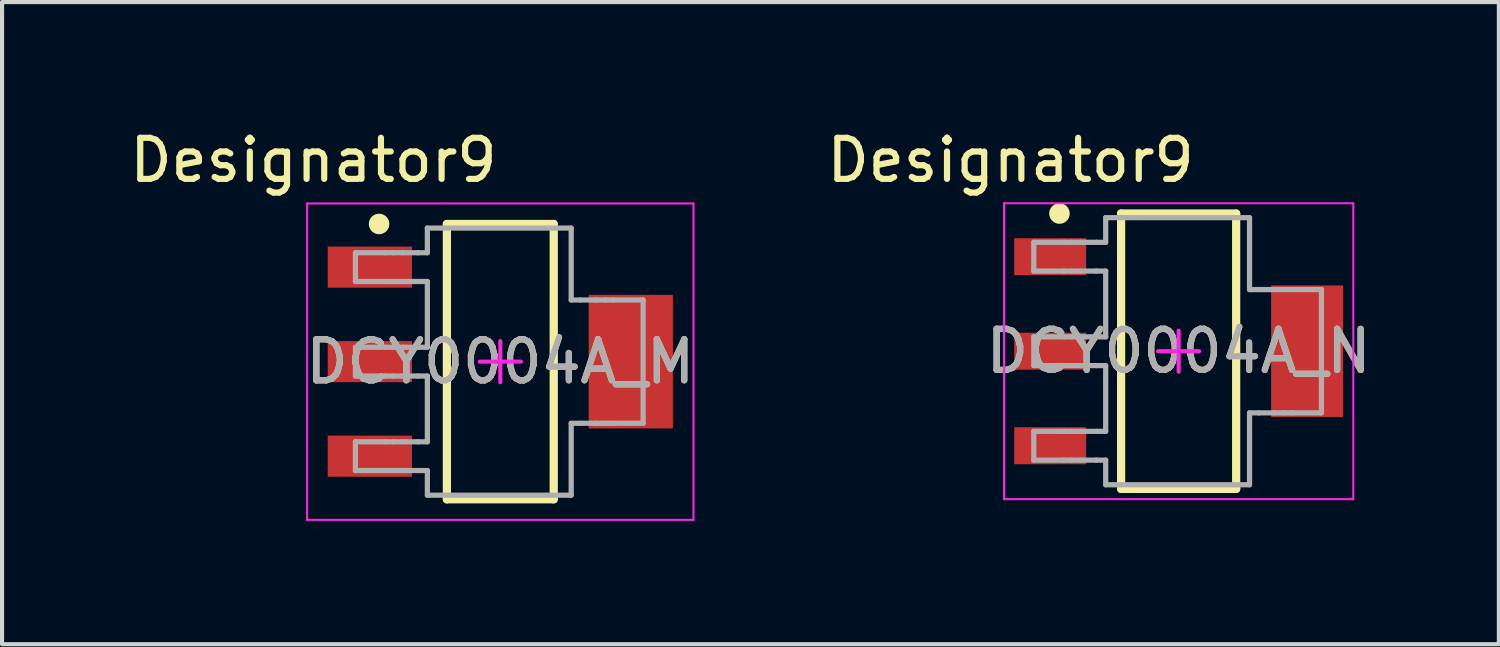
<source format=kicad_pcb>
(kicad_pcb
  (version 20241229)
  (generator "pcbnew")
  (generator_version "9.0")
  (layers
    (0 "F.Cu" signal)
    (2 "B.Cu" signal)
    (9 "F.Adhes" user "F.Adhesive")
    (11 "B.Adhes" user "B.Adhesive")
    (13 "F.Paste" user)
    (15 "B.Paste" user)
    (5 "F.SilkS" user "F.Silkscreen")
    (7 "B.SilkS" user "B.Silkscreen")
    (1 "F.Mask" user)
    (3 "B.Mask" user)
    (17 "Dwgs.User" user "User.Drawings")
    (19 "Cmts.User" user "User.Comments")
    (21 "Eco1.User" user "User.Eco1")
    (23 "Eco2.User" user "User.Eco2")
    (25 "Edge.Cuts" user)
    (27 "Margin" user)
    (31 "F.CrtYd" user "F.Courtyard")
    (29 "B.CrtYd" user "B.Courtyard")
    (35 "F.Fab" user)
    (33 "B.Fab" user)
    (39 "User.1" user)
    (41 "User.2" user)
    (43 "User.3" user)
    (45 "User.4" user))
  (footprint "DCY0004A_N"
    (layer "F.Cu")
    (at 25.63 5.496)
    (property "Reference" "DCY0004A_N" (at 0 0 0) (unlocked yes) (layer "F.SilkS") (effects (font (size 1 1) (thickness 0.15))))
    (attr smd)
    (fp_line (start -1.4 -3.35) (end 1.4 -3.35) (stroke (width 0.2) (type solid)) (layer "F.SilkS"))
    (fp_line (start -1.4 3.35) (end -1.4 -3.35) (stroke (width 0.2) (type solid)) (layer "F.SilkS"))
    (fp_line (start -1.4 3.35) (end 1.4 3.35) (stroke (width 0.2) (type solid)) (layer "F.SilkS"))
    (fp_line (start 1.4 3.35) (end 1.4 -3.35) (stroke (width 0.2) (type solid)) (layer "F.SilkS"))
    (fp_circle (center -2.9 -3.35) (end -2.775 -3.35) (stroke (width 0.25) (type solid)) (fill no) (layer "F.SilkS"))
    (fp_line (start -4.25 -3.6) (end 4.25 -3.6) (stroke (width 0.05) (type solid)) (layer "F.CrtYd"))
    (fp_line (start -4.25 3.6) (end -4.25 -3.6) (stroke (width 0.05) (type solid)) (layer "F.CrtYd"))
    (fp_line (start -4.25 3.6) (end 4.25 3.6) (stroke (width 0.05) (type solid)) (layer "F.CrtYd"))
    (fp_line (start -0.5 0) (end 0.5 0) (stroke (width 0.1) (type solid)) (layer "F.CrtYd"))
    (fp_line (start 0 0.5) (end 0 -0.5) (stroke (width 0.1) (type solid)) (layer "F.CrtYd"))
    (fp_line (start 4.25 3.6) (end 4.25 -3.6) (stroke (width 0.05) (type solid)) (layer "F.CrtYd"))
    (fp_line (start -3.525 -2.65) (end -2.797 -2.65) (stroke (width 0.127) (type solid)) (layer "F.Fab"))
    (fp_line (start -3.525 -1.95) (end -3.525 -2.65) (stroke (width 0.127) (type solid)) (layer "F.Fab"))
    (fp_line (start -3.525 -1.95) (end -2.797 -1.95) (stroke (width 0.127) (type solid)) (layer "F.Fab"))
    (fp_line (start -3.525 -0.35) (end -2.797 -0.35) (stroke (width 0.127) (type solid)) (layer "F.Fab"))
    (fp_line (start -3.525 0.35) (end -3.525 -0.35) (stroke (width 0.127) (type solid)) (layer "F.Fab"))
    (fp_line (start -3.525 0.35) (end -2.797 0.35) (stroke (width 0.127) (type solid)) (layer "F.Fab"))
    (fp_line (start -3.525 1.95) (end -2.797 1.95) (stroke (width 0.127) (type solid)) (layer "F.Fab"))
    (fp_line (start -3.525 2.65) (end -3.525 1.95) (stroke (width 0.127) (type solid)) (layer "F.Fab"))
    (fp_line (start -3.525 2.65) (end -2.797 2.65) (stroke (width 0.127) (type solid)) (layer "F.Fab"))
    (fp_line (start -2.797 -2.65) (end -2.612 -2.65) (stroke (width 0.127) (type solid)) (layer "F.Fab"))
    (fp_line (start -2.797 -1.95) (end -2.612 -1.95) (stroke (width 0.127) (type solid)) (layer "F.Fab"))
    (fp_line (start -2.797 -0.35) (end -2.612 -0.35) (stroke (width 0.127) (type solid)) (layer "F.Fab"))
    (fp_line (start -2.797 0.35) (end -2.612 0.35) (stroke (width 0.127) (type solid)) (layer "F.Fab"))
    (fp_line (start -2.797 1.95) (end -2.612 1.95) (stroke (width 0.127) (type solid)) (layer "F.Fab"))
    (fp_line (start -2.797 2.65) (end -2.612 2.65) (stroke (width 0.127) (type solid)) (layer "F.Fab"))
    (fp_line (start -2.612 -2.65) (end -2.374 -2.65) (stroke (width 0.127) (type solid)) (layer "F.Fab"))
    (fp_line (start -2.612 -1.95) (end -2.374 -1.95) (stroke (width 0.127) (type solid)) (layer "F.Fab"))
    (fp_line (start -2.612 -0.35) (end -2.374 -0.35) (stroke (width 0.127) (type solid)) (layer "F.Fab"))
    (fp_line (start -2.612 0.35) (end -2.374 0.35) (stroke (width 0.127) (type solid)) (layer "F.Fab"))
    (fp_line (start -2.612 1.95) (end -2.374 1.95) (stroke (width 0.127) (type solid)) (layer "F.Fab"))
    (fp_line (start -2.612 2.65) (end -2.374 2.65) (stroke (width 0.127) (type solid)) (layer "F.Fab"))
    (fp_line (start -2.374 -2.65) (end -2.003 -2.65) (stroke (width 0.127) (type solid)) (layer "F.Fab"))
    (fp_line (start -2.374 -1.95) (end -2.003 -1.95) (stroke (width 0.127) (type solid)) (layer "F.Fab"))
    (fp_line (start -2.374 -0.35) (end -2.003 -0.35) (stroke (width 0.127) (type solid)) (layer "F.Fab"))
    (fp_line (start -2.374 0.35) (end -2.003 0.35) (stroke (width 0.127) (type solid)) (layer "F.Fab"))
    (fp_line (start -2.374 1.95) (end -2.003 1.95) (stroke (width 0.127) (type solid)) (layer "F.Fab"))
    (fp_line (start -2.374 2.65) (end -2.003 2.65) (stroke (width 0.127) (type solid)) (layer "F.Fab"))
    (fp_line (start -2.003 -2.65) (end -1.775 -2.65) (stroke (width 0.127) (type solid)) (layer "F.Fab"))
    (fp_line (start -2.003 -1.95) (end -1.775 -1.95) (stroke (width 0.127) (type solid)) (layer "F.Fab"))
    (fp_line (start -2.003 -0.35) (end -1.775 -0.35) (stroke (width 0.127) (type solid)) (layer "F.Fab"))
    (fp_line (start -2.003 0.35) (end -1.775 0.35) (stroke (width 0.127) (type solid)) (layer "F.Fab"))
    (fp_line (start -2.003 1.95) (end -1.775 1.95) (stroke (width 0.127) (type solid)) (layer "F.Fab"))
    (fp_line (start -2.003 2.65) (end -1.775 2.65) (stroke (width 0.127) (type solid)) (layer "F.Fab"))
    (fp_line (start -1.775 -3.25) (end 1.725 -3.25) (stroke (width 0.127) (type solid)) (layer "F.Fab"))
    (fp_line (start -1.775 -2.65) (end -1.775 -3.25) (stroke (width 0.127) (type solid)) (layer "F.Fab"))
    (fp_line (start -1.775 -0.35) (end -1.775 -1.95) (stroke (width 0.127) (type solid)) (layer "F.Fab"))
    (fp_line (start -1.775 1.95) (end -1.775 0.35) (stroke (width 0.127) (type solid)) (layer "F.Fab"))
    (fp_line (start -1.775 3.25) (end -1.775 2.65) (stroke (width 0.127) (type solid)) (layer "F.Fab"))
    (fp_line (start -1.775 3.25) (end 1.725 3.25) (stroke (width 0.127) (type solid)) (layer "F.Fab"))
    (fp_line (start 1.725 -1.5) (end 1.725 -3.25) (stroke (width 0.127) (type solid)) (layer "F.Fab"))
    (fp_line (start 1.725 -1.5) (end 1.953 -1.5) (stroke (width 0.127) (type solid)) (layer "F.Fab"))
    (fp_line (start 1.725 1.5) (end 1.953 1.5) (stroke (width 0.127) (type solid)) (layer "F.Fab"))
    (fp_line (start 1.725 3.25) (end 1.725 1.5) (stroke (width 0.127) (type solid)) (layer "F.Fab"))
    (fp_line (start 1.953 -1.5) (end 2.324 -1.5) (stroke (width 0.127) (type solid)) (layer "F.Fab"))
    (fp_line (start 1.953 1.5) (end 2.324 1.5) (stroke (width 0.127) (type solid)) (layer "F.Fab"))
    (fp_line (start 2.324 -1.5) (end 2.562 -1.5) (stroke (width 0.127) (type solid)) (layer "F.Fab"))
    (fp_line (start 2.324 1.5) (end 2.562 1.5) (stroke (width 0.127) (type solid)) (layer "F.Fab"))
    (fp_line (start 2.562 -1.5) (end 2.747 -1.5) (stroke (width 0.127) (type solid)) (layer "F.Fab"))
    (fp_line (start 2.562 1.5) (end 2.747 1.5) (stroke (width 0.127) (type solid)) (layer "F.Fab"))
    (fp_line (start 2.747 -1.5) (end 3.475 -1.5) (stroke (width 0.127) (type solid)) (layer "F.Fab"))
    (fp_line (start 2.747 1.5) (end 3.475 1.5) (stroke (width 0.127) (type solid)) (layer "F.Fab"))
    (fp_line (start 3.475 1.5) (end 3.475 -1.5) (stroke (width 0.127) (type solid)) (layer "F.Fab"))
    (fp_text user "Designator9" (at -4.089 -4.648 0) (unlocked yes) (layer "F.SilkS") (effects (font (size 1 1) (thickness 0.15))))
    (fp_text user "${REFERENCE}" (at 0 0 0) (unlocked yes) (layer "F.Fab") (effects (font (size 1 1) (thickness 0.15))))
    (pad "1" smd rect (at -3.125 -2.3 90) (size 0.9 1.75) (layers "F.Cu" "F.Mask" "F.Paste"))
    (pad "2" smd rect (at -3.125 0 90) (size 0.9 1.75) (layers "F.Cu" "F.Mask" "F.Paste"))
    (pad "3" smd rect (at -3.125 2.3 90) (size 0.9 1.75) (layers "F.Cu" "F.Mask" "F.Paste"))
    (pad "4" smd rect (at 3.125 0 90) (size 3.2 1.75) (layers "F.Cu" "F.Mask" "F.Paste")))
  (footprint "DCY0004A_M"
    (layer "F.Cu")
    (at 9.124 5.75)
    (property "Reference" "DCY0004A_M" (at 0 0 0) (unlocked yes) (layer "F.SilkS") (effects (font (size 1 1) (thickness 0.15))))
    (attr smd)
    (fp_line (start -1.3 -3.35) (end 1.3 -3.35) (stroke (width 0.2) (type solid)) (layer "F.SilkS"))
    (fp_line (start -1.3 3.35) (end -1.3 -3.35) (stroke (width 0.2) (type solid)) (layer "F.SilkS"))
    (fp_line (start -1.3 3.35) (end 1.3 3.35) (stroke (width 0.2) (type solid)) (layer "F.SilkS"))
    (fp_line (start 1.3 3.35) (end 1.3 -3.35) (stroke (width 0.2) (type solid)) (layer "F.SilkS"))
    (fp_circle (center -2.95 -3.35) (end -2.825 -3.35) (stroke (width 0.25) (type solid)) (fill no) (layer "F.SilkS"))
    (fp_line (start -4.7 -3.85) (end 4.7 -3.85) (stroke (width 0.05) (type solid)) (layer "F.CrtYd"))
    (fp_line (start -4.7 3.85) (end -4.7 -3.85) (stroke (width 0.05) (type solid)) (layer "F.CrtYd"))
    (fp_line (start -4.7 3.85) (end 4.7 3.85) (stroke (width 0.05) (type solid)) (layer "F.CrtYd"))
    (fp_line (start -0.5 0) (end 0.5 0) (stroke (width 0.1) (type solid)) (layer "F.CrtYd"))
    (fp_line (start 0 0.5) (end 0 -0.5) (stroke (width 0.1) (type solid)) (layer "F.CrtYd"))
    (fp_line (start 4.7 3.85) (end 4.7 -3.85) (stroke (width 0.05) (type solid)) (layer "F.CrtYd"))
    (fp_line (start -3.525 -2.65) (end -2.797 -2.65) (stroke (width 0.127) (type solid)) (layer "F.Fab"))
    (fp_line (start -3.525 -1.95) (end -3.525 -2.65) (stroke (width 0.127) (type solid)) (layer "F.Fab"))
    (fp_line (start -3.525 -1.95) (end -2.797 -1.95) (stroke (width 0.127) (type solid)) (layer "F.Fab"))
    (fp_line (start -3.525 -0.35) (end -2.797 -0.35) (stroke (width 0.127) (type solid)) (layer "F.Fab"))
    (fp_line (start -3.525 0.35) (end -3.525 -0.35) (stroke (width 0.127) (type solid)) (layer "F.Fab"))
    (fp_line (start -3.525 0.35) (end -2.797 0.35) (stroke (width 0.127) (type solid)) (layer "F.Fab"))
    (fp_line (start -3.525 1.95) (end -2.797 1.95) (stroke (width 0.127) (type solid)) (layer "F.Fab"))
    (fp_line (start -3.525 2.65) (end -3.525 1.95) (stroke (width 0.127) (type solid)) (layer "F.Fab"))
    (fp_line (start -3.525 2.65) (end -2.797 2.65) (stroke (width 0.127) (type solid)) (layer "F.Fab"))
    (fp_line (start -2.797 -2.65) (end -2.612 -2.65) (stroke (width 0.127) (type solid)) (layer "F.Fab"))
    (fp_line (start -2.797 -1.95) (end -2.612 -1.95) (stroke (width 0.127) (type solid)) (layer "F.Fab"))
    (fp_line (start -2.797 -0.35) (end -2.612 -0.35) (stroke (width 0.127) (type solid)) (layer "F.Fab"))
    (fp_line (start -2.797 0.35) (end -2.612 0.35) (stroke (width 0.127) (type solid)) (layer "F.Fab"))
    (fp_line (start -2.797 1.95) (end -2.612 1.95) (stroke (width 0.127) (type solid)) (layer "F.Fab"))
    (fp_line (start -2.797 2.65) (end -2.612 2.65) (stroke (width 0.127) (type solid)) (layer "F.Fab"))
    (fp_line (start -2.612 -2.65) (end -2.374 -2.65) (stroke (width 0.127) (type solid)) (layer "F.Fab"))
    (fp_line (start -2.612 -1.95) (end -2.374 -1.95) (stroke (width 0.127) (type solid)) (layer "F.Fab"))
    (fp_line (start -2.612 -0.35) (end -2.374 -0.35) (stroke (width 0.127) (type solid)) (layer "F.Fab"))
    (fp_line (start -2.612 0.35) (end -2.374 0.35) (stroke (width 0.127) (type solid)) (layer "F.Fab"))
    (fp_line (start -2.612 1.95) (end -2.374 1.95) (stroke (width 0.127) (type solid)) (layer "F.Fab"))
    (fp_line (start -2.612 2.65) (end -2.374 2.65) (stroke (width 0.127) (type solid)) (layer "F.Fab"))
    (fp_line (start -2.374 -2.65) (end -2.003 -2.65) (stroke (width 0.127) (type solid)) (layer "F.Fab"))
    (fp_line (start -2.374 -1.95) (end -2.003 -1.95) (stroke (width 0.127) (type solid)) (layer "F.Fab"))
    (fp_line (start -2.374 -0.35) (end -2.003 -0.35) (stroke (width 0.127) (type solid)) (layer "F.Fab"))
    (fp_line (start -2.374 0.35) (end -2.003 0.35) (stroke (width 0.127) (type solid)) (layer "F.Fab"))
    (fp_line (start -2.374 1.95) (end -2.003 1.95) (stroke (width 0.127) (type solid)) (layer "F.Fab"))
    (fp_line (start -2.374 2.65) (end -2.003 2.65) (stroke (width 0.127) (type solid)) (layer "F.Fab"))
    (fp_line (start -2.003 -2.65) (end -1.775 -2.65) (stroke (width 0.127) (type solid)) (layer "F.Fab"))
    (fp_line (start -2.003 -1.95) (end -1.775 -1.95) (stroke (width 0.127) (type solid)) (layer "F.Fab"))
    (fp_line (start -2.003 -0.35) (end -1.775 -0.35) (stroke (width 0.127) (type solid)) (layer "F.Fab"))
    (fp_line (start -2.003 0.35) (end -1.775 0.35) (stroke (width 0.127) (type solid)) (layer "F.Fab"))
    (fp_line (start -2.003 1.95) (end -1.775 1.95) (stroke (width 0.127) (type solid)) (layer "F.Fab"))
    (fp_line (start -2.003 2.65) (end -1.775 2.65) (stroke (width 0.127) (type solid)) (layer "F.Fab"))
    (fp_line (start -1.775 -3.25) (end 1.725 -3.25) (stroke (width 0.127) (type solid)) (layer "F.Fab"))
    (fp_line (start -1.775 -2.65) (end -1.775 -3.25) (stroke (width 0.127) (type solid)) (layer "F.Fab"))
    (fp_line (start -1.775 -0.35) (end -1.775 -1.95) (stroke (width 0.127) (type solid)) (layer "F.Fab"))
    (fp_line (start -1.775 1.95) (end -1.775 0.35) (stroke (width 0.127) (type solid)) (layer "F.Fab"))
    (fp_line (start -1.775 3.25) (end -1.775 2.65) (stroke (width 0.127) (type solid)) (layer "F.Fab"))
    (fp_line (start -1.775 3.25) (end 1.725 3.25) (stroke (width 0.127) (type solid)) (layer "F.Fab"))
    (fp_line (start 1.725 -1.5) (end 1.725 -3.25) (stroke (width 0.127) (type solid)) (layer "F.Fab"))
    (fp_line (start 1.725 -1.5) (end 1.953 -1.5) (stroke (width 0.127) (type solid)) (layer "F.Fab"))
    (fp_line (start 1.725 1.5) (end 1.953 1.5) (stroke (width 0.127) (type solid)) (layer "F.Fab"))
    (fp_line (start 1.725 3.25) (end 1.725 1.5) (stroke (width 0.127) (type solid)) (layer "F.Fab"))
    (fp_line (start 1.953 -1.5) (end 2.324 -1.5) (stroke (width 0.127) (type solid)) (layer "F.Fab"))
    (fp_line (start 1.953 1.5) (end 2.324 1.5) (stroke (width 0.127) (type solid)) (layer "F.Fab"))
    (fp_line (start 2.324 -1.5) (end 2.562 -1.5) (stroke (width 0.127) (type solid)) (layer "F.Fab"))
    (fp_line (start 2.324 1.5) (end 2.562 1.5) (stroke (width 0.127) (type solid)) (layer "F.Fab"))
    (fp_line (start 2.562 -1.5) (end 2.747 -1.5) (stroke (width 0.127) (type solid)) (layer "F.Fab"))
    (fp_line (start 2.562 1.5) (end 2.747 1.5) (stroke (width 0.127) (type solid)) (layer "F.Fab"))
    (fp_line (start 2.747 -1.5) (end 3.475 -1.5) (stroke (width 0.127) (type solid)) (layer "F.Fab"))
    (fp_line (start 2.747 1.5) (end 3.475 1.5) (stroke (width 0.127) (type solid)) (layer "F.Fab"))
    (fp_line (start 3.475 1.5) (end 3.475 -1.5) (stroke (width 0.127) (type solid)) (layer "F.Fab"))
    (fp_text user "Designator9" (at -4.547 -4.902 0) (unlocked yes) (layer "F.SilkS") (effects (font (size 1 1) (thickness 0.15))))
    (fp_text user "${REFERENCE}" (at 0 0 0) (unlocked yes) (layer "F.Fab") (effects (font (size 1 1) (thickness 0.15))))
    (pad "1" smd rect (at -3.175 -2.3 90) (size 1 2.05) (layers "F.Cu" "F.Mask" "F.Paste"))
    (pad "2" smd rect (at -3.175 0 90) (size 1 2.05) (layers "F.Cu" "F.Mask" "F.Paste"))
    (pad "3" smd rect (at -3.175 2.3 90) (size 1 2.05) (layers "F.Cu" "F.Mask" "F.Paste"))
    (pad "4" smd rect (at 3.175 0 90) (size 3.25 2.05) (layers "F.Cu" "F.Mask" "F.Paste")))
  (gr_rect
    (start -3 -3)
    (end 33.422 12.625)
    (stroke (width 0.1) (type default))
    (fill no)
    (layer "Edge.Cuts")))
</source>
